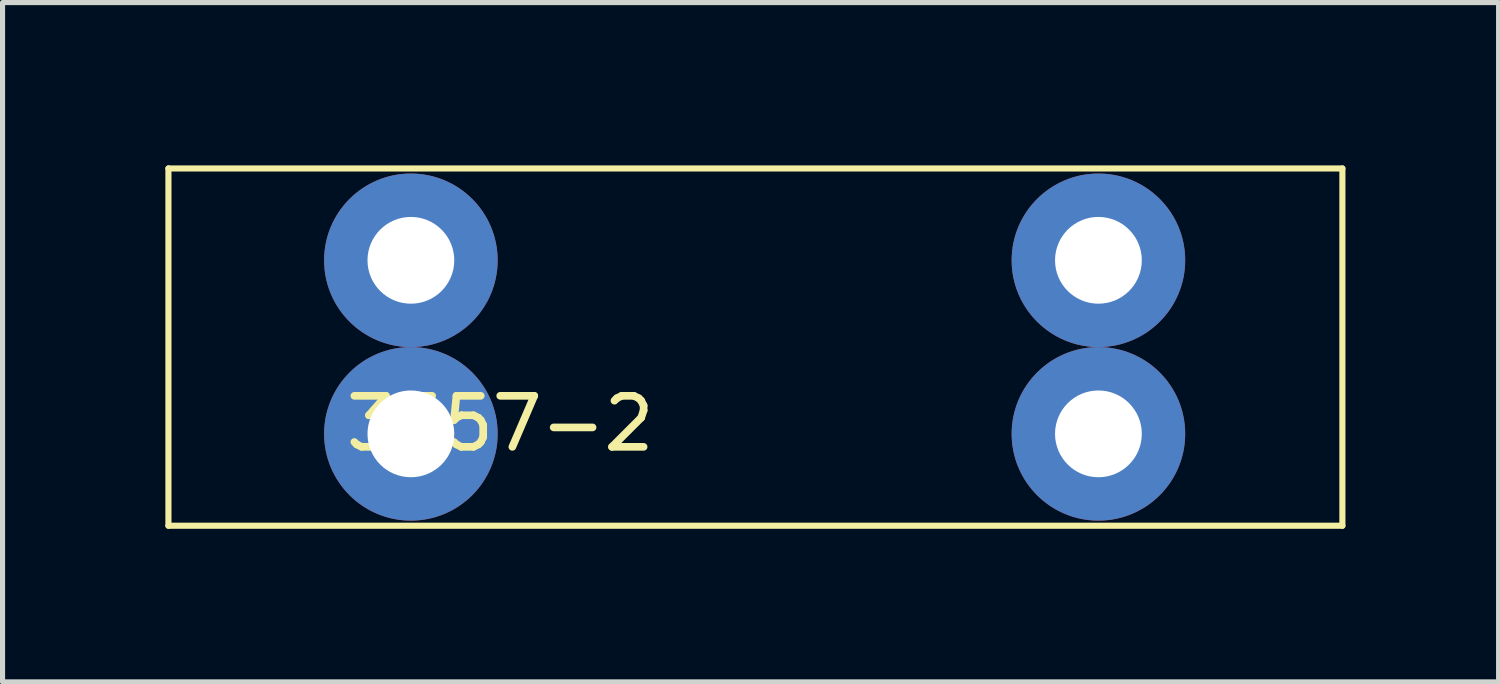
<source format=kicad_pcb>
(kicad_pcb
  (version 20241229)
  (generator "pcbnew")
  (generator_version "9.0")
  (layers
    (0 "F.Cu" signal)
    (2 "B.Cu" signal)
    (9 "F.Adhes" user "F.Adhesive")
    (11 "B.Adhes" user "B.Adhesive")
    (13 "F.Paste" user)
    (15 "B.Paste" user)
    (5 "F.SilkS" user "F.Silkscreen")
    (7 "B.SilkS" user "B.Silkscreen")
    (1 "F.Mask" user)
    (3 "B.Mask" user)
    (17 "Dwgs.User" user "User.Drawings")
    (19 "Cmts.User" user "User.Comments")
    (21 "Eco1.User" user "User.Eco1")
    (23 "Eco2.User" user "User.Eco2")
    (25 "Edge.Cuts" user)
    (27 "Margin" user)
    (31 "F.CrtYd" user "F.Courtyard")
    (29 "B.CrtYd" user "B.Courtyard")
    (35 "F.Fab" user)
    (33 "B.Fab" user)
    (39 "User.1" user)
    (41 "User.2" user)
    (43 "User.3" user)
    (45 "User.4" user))
  (footprint "3557-2"
    (layer "F.Cu")
    (at 0.25 0.25)
    (property "Reference" "3557-2" (at 6.5 5 0) (layer "F.SilkS") (effects (font (size 1 1) (thickness 0.15))))
    (attr through_hole)
    (fp_line (start 0 0) (end 23 0) (stroke (width 0.12) (type solid)) (layer "F.SilkS"))
    (fp_line (start 0 7) (end 0 0) (stroke (width 0.12) (type solid)) (layer "F.SilkS"))
    (fp_line (start 23 0) (end 23 7) (stroke (width 0.12) (type solid)) (layer "F.SilkS"))
    (fp_line (start 23 7) (end 0 7) (stroke (width 0.12) (type solid)) (layer "F.SilkS"))
    (pad "1" thru_hole circle (at 4.75 1.8) (size 3.4 3.4) (drill 1.7) (layers "*.Cu" "*.Mask"))
    (pad "1" thru_hole circle (at 4.75 5.2) (size 3.4 3.4) (drill 1.7) (layers "*.Cu" "*.Mask"))
    (pad "2" thru_hole circle (at 18.22 1.8) (size 3.4 3.4) (drill 1.7) (layers "*.Cu" "*.Mask"))
    (pad "2" thru_hole circle (at 18.22 5.2) (size 3.4 3.4) (drill 1.7) (layers "*.Cu" "*.Mask")))
  (gr_rect
    (start -3 -3)
    (end 26.31 10.31)
    (stroke (width 0.1) (type default))
    (fill no)
    (layer "Edge.Cuts")))
</source>
